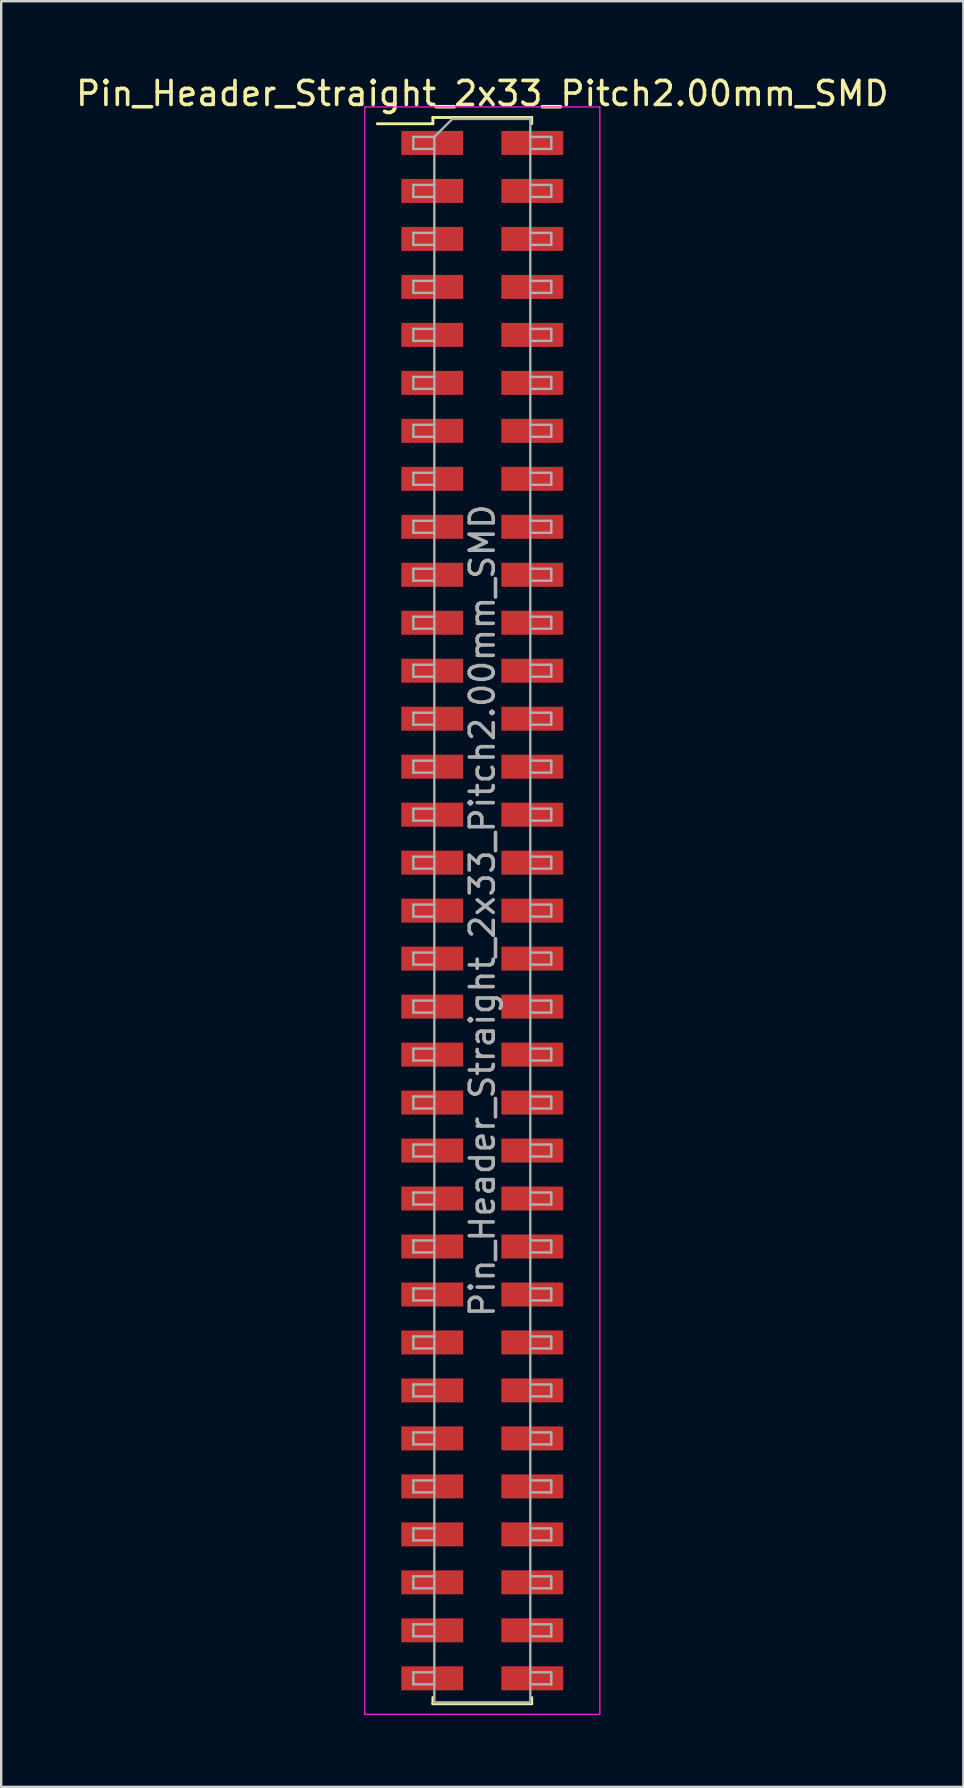
<source format=kicad_pcb>
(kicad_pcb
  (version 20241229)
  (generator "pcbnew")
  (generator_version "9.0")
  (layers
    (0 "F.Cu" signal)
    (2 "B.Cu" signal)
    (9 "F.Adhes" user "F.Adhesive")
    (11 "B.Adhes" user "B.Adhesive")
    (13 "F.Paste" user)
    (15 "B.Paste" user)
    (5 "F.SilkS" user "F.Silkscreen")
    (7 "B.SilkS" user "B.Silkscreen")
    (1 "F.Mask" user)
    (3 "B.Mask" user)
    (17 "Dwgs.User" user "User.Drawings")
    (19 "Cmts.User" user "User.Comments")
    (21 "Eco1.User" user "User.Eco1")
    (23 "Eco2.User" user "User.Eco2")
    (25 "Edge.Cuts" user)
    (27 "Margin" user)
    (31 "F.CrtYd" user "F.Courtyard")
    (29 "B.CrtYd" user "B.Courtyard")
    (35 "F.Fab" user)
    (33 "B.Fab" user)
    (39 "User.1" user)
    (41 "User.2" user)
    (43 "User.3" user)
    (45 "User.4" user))
  (footprint "Pin_Header_Straight_2x33_Pitch2.00mm_SMD"
    (layer "F.Cu")
    (at 17.054 34.908)
    (property "Reference" "Pin_Header_Straight_2x33_Pitch2.00mm_SMD" (at 0 -34.06 0) (layer "F.SilkS") (effects (font (size 1 1) (thickness 0.15))))
    (attr smd)
    (fp_line (start -4.375 -32.8) (end -2.06 -32.8) (stroke (width 0.12) (type solid)) (layer "F.SilkS"))
    (fp_line (start -2.06 -33.06) (end 2.06 -33.06) (stroke (width 0.12) (type solid)) (layer "F.SilkS"))
    (fp_line (start -2.06 -32.8) (end -2.06 -33.06) (stroke (width 0.12) (type solid)) (layer "F.SilkS"))
    (fp_line (start -2.06 32.8) (end -2.06 33.06) (stroke (width 0.12) (type solid)) (layer "F.SilkS"))
    (fp_line (start -2.06 33.06) (end 2.06 33.06) (stroke (width 0.12) (type solid)) (layer "F.SilkS"))
    (fp_line (start 2.06 -33.06) (end 2.06 -32.8) (stroke (width 0.12) (type solid)) (layer "F.SilkS"))
    (fp_line (start 2.06 33.06) (end 2.06 32.8) (stroke (width 0.12) (type solid)) (layer "F.SilkS"))
    (fp_line (start -4.9 -33.5) (end -4.9 33.5) (stroke (width 0.05) (type solid)) (layer "F.CrtYd"))
    (fp_line (start -4.9 33.5) (end 4.9 33.5) (stroke (width 0.05) (type solid)) (layer "F.CrtYd"))
    (fp_line (start 4.9 -33.5) (end -4.9 -33.5) (stroke (width 0.05) (type solid)) (layer "F.CrtYd"))
    (fp_line (start 4.9 33.5) (end 4.9 -33.5) (stroke (width 0.05) (type solid)) (layer "F.CrtYd"))
    (fp_line (start -2.875 -32.25) (end -2.875 -31.75) (stroke (width 0.1) (type solid)) (layer "F.Fab"))
    (fp_line (start -2.875 -31.75) (end -2 -31.75) (stroke (width 0.1) (type solid)) (layer "F.Fab"))
    (fp_line (start -2.875 -30.25) (end -2.875 -29.75) (stroke (width 0.1) (type solid)) (layer "F.Fab"))
    (fp_line (start -2.875 -29.75) (end -2 -29.75) (stroke (width 0.1) (type solid)) (layer "F.Fab"))
    (fp_line (start -2.875 -28.25) (end -2.875 -27.75) (stroke (width 0.1) (type solid)) (layer "F.Fab"))
    (fp_line (start -2.875 -27.75) (end -2 -27.75) (stroke (width 0.1) (type solid)) (layer "F.Fab"))
    (fp_line (start -2.875 -26.25) (end -2.875 -25.75) (stroke (width 0.1) (type solid)) (layer "F.Fab"))
    (fp_line (start -2.875 -25.75) (end -2 -25.75) (stroke (width 0.1) (type solid)) (layer "F.Fab"))
    (fp_line (start -2.875 -24.25) (end -2.875 -23.75) (stroke (width 0.1) (type solid)) (layer "F.Fab"))
    (fp_line (start -2.875 -23.75) (end -2 -23.75) (stroke (width 0.1) (type solid)) (layer "F.Fab"))
    (fp_line (start -2.875 -22.25) (end -2.875 -21.75) (stroke (width 0.1) (type solid)) (layer "F.Fab"))
    (fp_line (start -2.875 -21.75) (end -2 -21.75) (stroke (width 0.1) (type solid)) (layer "F.Fab"))
    (fp_line (start -2.875 -20.25) (end -2.875 -19.75) (stroke (width 0.1) (type solid)) (layer "F.Fab"))
    (fp_line (start -2.875 -19.75) (end -2 -19.75) (stroke (width 0.1) (type solid)) (layer "F.Fab"))
    (fp_line (start -2.875 -18.25) (end -2.875 -17.75) (stroke (width 0.1) (type solid)) (layer "F.Fab"))
    (fp_line (start -2.875 -17.75) (end -2 -17.75) (stroke (width 0.1) (type solid)) (layer "F.Fab"))
    (fp_line (start -2.875 -16.25) (end -2.875 -15.75) (stroke (width 0.1) (type solid)) (layer "F.Fab"))
    (fp_line (start -2.875 -15.75) (end -2 -15.75) (stroke (width 0.1) (type solid)) (layer "F.Fab"))
    (fp_line (start -2.875 -14.25) (end -2.875 -13.75) (stroke (width 0.1) (type solid)) (layer "F.Fab"))
    (fp_line (start -2.875 -13.75) (end -2 -13.75) (stroke (width 0.1) (type solid)) (layer "F.Fab"))
    (fp_line (start -2.875 -12.25) (end -2.875 -11.75) (stroke (width 0.1) (type solid)) (layer "F.Fab"))
    (fp_line (start -2.875 -11.75) (end -2 -11.75) (stroke (width 0.1) (type solid)) (layer "F.Fab"))
    (fp_line (start -2.875 -10.25) (end -2.875 -9.75) (stroke (width 0.1) (type solid)) (layer "F.Fab"))
    (fp_line (start -2.875 -9.75) (end -2 -9.75) (stroke (width 0.1) (type solid)) (layer "F.Fab"))
    (fp_line (start -2.875 -8.25) (end -2.875 -7.75) (stroke (width 0.1) (type solid)) (layer "F.Fab"))
    (fp_line (start -2.875 -7.75) (end -2 -7.75) (stroke (width 0.1) (type solid)) (layer "F.Fab"))
    (fp_line (start -2.875 -6.25) (end -2.875 -5.75) (stroke (width 0.1) (type solid)) (layer "F.Fab"))
    (fp_line (start -2.875 -5.75) (end -2 -5.75) (stroke (width 0.1) (type solid)) (layer "F.Fab"))
    (fp_line (start -2.875 -4.25) (end -2.875 -3.75) (stroke (width 0.1) (type solid)) (layer "F.Fab"))
    (fp_line (start -2.875 -3.75) (end -2 -3.75) (stroke (width 0.1) (type solid)) (layer "F.Fab"))
    (fp_line (start -2.875 -2.25) (end -2.875 -1.75) (stroke (width 0.1) (type solid)) (layer "F.Fab"))
    (fp_line (start -2.875 -1.75) (end -2 -1.75) (stroke (width 0.1) (type solid)) (layer "F.Fab"))
    (fp_line (start -2.875 -0.25) (end -2.875 0.25) (stroke (width 0.1) (type solid)) (layer "F.Fab"))
    (fp_line (start -2.875 0.25) (end -2 0.25) (stroke (width 0.1) (type solid)) (layer "F.Fab"))
    (fp_line (start -2.875 1.75) (end -2.875 2.25) (stroke (width 0.1) (type solid)) (layer "F.Fab"))
    (fp_line (start -2.875 2.25) (end -2 2.25) (stroke (width 0.1) (type solid)) (layer "F.Fab"))
    (fp_line (start -2.875 3.75) (end -2.875 4.25) (stroke (width 0.1) (type solid)) (layer "F.Fab"))
    (fp_line (start -2.875 4.25) (end -2 4.25) (stroke (width 0.1) (type solid)) (layer "F.Fab"))
    (fp_line (start -2.875 5.75) (end -2.875 6.25) (stroke (width 0.1) (type solid)) (layer "F.Fab"))
    (fp_line (start -2.875 6.25) (end -2 6.25) (stroke (width 0.1) (type solid)) (layer "F.Fab"))
    (fp_line (start -2.875 7.75) (end -2.875 8.25) (stroke (width 0.1) (type solid)) (layer "F.Fab"))
    (fp_line (start -2.875 8.25) (end -2 8.25) (stroke (width 0.1) (type solid)) (layer "F.Fab"))
    (fp_line (start -2.875 9.75) (end -2.875 10.25) (stroke (width 0.1) (type solid)) (layer "F.Fab"))
    (fp_line (start -2.875 10.25) (end -2 10.25) (stroke (width 0.1) (type solid)) (layer "F.Fab"))
    (fp_line (start -2.875 11.75) (end -2.875 12.25) (stroke (width 0.1) (type solid)) (layer "F.Fab"))
    (fp_line (start -2.875 12.25) (end -2 12.25) (stroke (width 0.1) (type solid)) (layer "F.Fab"))
    (fp_line (start -2.875 13.75) (end -2.875 14.25) (stroke (width 0.1) (type solid)) (layer "F.Fab"))
    (fp_line (start -2.875 14.25) (end -2 14.25) (stroke (width 0.1) (type solid)) (layer "F.Fab"))
    (fp_line (start -2.875 15.75) (end -2.875 16.25) (stroke (width 0.1) (type solid)) (layer "F.Fab"))
    (fp_line (start -2.875 16.25) (end -2 16.25) (stroke (width 0.1) (type solid)) (layer "F.Fab"))
    (fp_line (start -2.875 17.75) (end -2.875 18.25) (stroke (width 0.1) (type solid)) (layer "F.Fab"))
    (fp_line (start -2.875 18.25) (end -2 18.25) (stroke (width 0.1) (type solid)) (layer "F.Fab"))
    (fp_line (start -2.875 19.75) (end -2.875 20.25) (stroke (width 0.1) (type solid)) (layer "F.Fab"))
    (fp_line (start -2.875 20.25) (end -2 20.25) (stroke (width 0.1) (type solid)) (layer "F.Fab"))
    (fp_line (start -2.875 21.75) (end -2.875 22.25) (stroke (width 0.1) (type solid)) (layer "F.Fab"))
    (fp_line (start -2.875 22.25) (end -2 22.25) (stroke (width 0.1) (type solid)) (layer "F.Fab"))
    (fp_line (start -2.875 23.75) (end -2.875 24.25) (stroke (width 0.1) (type solid)) (layer "F.Fab"))
    (fp_line (start -2.875 24.25) (end -2 24.25) (stroke (width 0.1) (type solid)) (layer "F.Fab"))
    (fp_line (start -2.875 25.75) (end -2.875 26.25) (stroke (width 0.1) (type solid)) (layer "F.Fab"))
    (fp_line (start -2.875 26.25) (end -2 26.25) (stroke (width 0.1) (type solid)) (layer "F.Fab"))
    (fp_line (start -2.875 27.75) (end -2.875 28.25) (stroke (width 0.1) (type solid)) (layer "F.Fab"))
    (fp_line (start -2.875 28.25) (end -2 28.25) (stroke (width 0.1) (type solid)) (layer "F.Fab"))
    (fp_line (start -2.875 29.75) (end -2.875 30.25) (stroke (width 0.1) (type solid)) (layer "F.Fab"))
    (fp_line (start -2.875 30.25) (end -2 30.25) (stroke (width 0.1) (type solid)) (layer "F.Fab"))
    (fp_line (start -2.875 31.75) (end -2.875 32.25) (stroke (width 0.1) (type solid)) (layer "F.Fab"))
    (fp_line (start -2.875 32.25) (end -2 32.25) (stroke (width 0.1) (type solid)) (layer "F.Fab"))
    (fp_line (start -2 -32.25) (end -2.875 -32.25) (stroke (width 0.1) (type solid)) (layer "F.Fab"))
    (fp_line (start -2 -32.25) (end -1.25 -33) (stroke (width 0.1) (type solid)) (layer "F.Fab"))
    (fp_line (start -2 -30.25) (end -2.875 -30.25) (stroke (width 0.1) (type solid)) (layer "F.Fab"))
    (fp_line (start -2 -28.25) (end -2.875 -28.25) (stroke (width 0.1) (type solid)) (layer "F.Fab"))
    (fp_line (start -2 -26.25) (end -2.875 -26.25) (stroke (width 0.1) (type solid)) (layer "F.Fab"))
    (fp_line (start -2 -24.25) (end -2.875 -24.25) (stroke (width 0.1) (type solid)) (layer "F.Fab"))
    (fp_line (start -2 -22.25) (end -2.875 -22.25) (stroke (width 0.1) (type solid)) (layer "F.Fab"))
    (fp_line (start -2 -20.25) (end -2.875 -20.25) (stroke (width 0.1) (type solid)) (layer "F.Fab"))
    (fp_line (start -2 -18.25) (end -2.875 -18.25) (stroke (width 0.1) (type solid)) (layer "F.Fab"))
    (fp_line (start -2 -16.25) (end -2.875 -16.25) (stroke (width 0.1) (type solid)) (layer "F.Fab"))
    (fp_line (start -2 -14.25) (end -2.875 -14.25) (stroke (width 0.1) (type solid)) (layer "F.Fab"))
    (fp_line (start -2 -12.25) (end -2.875 -12.25) (stroke (width 0.1) (type solid)) (layer "F.Fab"))
    (fp_line (start -2 -10.25) (end -2.875 -10.25) (stroke (width 0.1) (type solid)) (layer "F.Fab"))
    (fp_line (start -2 -8.25) (end -2.875 -8.25) (stroke (width 0.1) (type solid)) (layer "F.Fab"))
    (fp_line (start -2 -6.25) (end -2.875 -6.25) (stroke (width 0.1) (type solid)) (layer "F.Fab"))
    (fp_line (start -2 -4.25) (end -2.875 -4.25) (stroke (width 0.1) (type solid)) (layer "F.Fab"))
    (fp_line (start -2 -2.25) (end -2.875 -2.25) (stroke (width 0.1) (type solid)) (layer "F.Fab"))
    (fp_line (start -2 -0.25) (end -2.875 -0.25) (stroke (width 0.1) (type solid)) (layer "F.Fab"))
    (fp_line (start -2 1.75) (end -2.875 1.75) (stroke (width 0.1) (type solid)) (layer "F.Fab"))
    (fp_line (start -2 3.75) (end -2.875 3.75) (stroke (width 0.1) (type solid)) (layer "F.Fab"))
    (fp_line (start -2 5.75) (end -2.875 5.75) (stroke (width 0.1) (type solid)) (layer "F.Fab"))
    (fp_line (start -2 7.75) (end -2.875 7.75) (stroke (width 0.1) (type solid)) (layer "F.Fab"))
    (fp_line (start -2 9.75) (end -2.875 9.75) (stroke (width 0.1) (type solid)) (layer "F.Fab"))
    (fp_line (start -2 11.75) (end -2.875 11.75) (stroke (width 0.1) (type solid)) (layer "F.Fab"))
    (fp_line (start -2 13.75) (end -2.875 13.75) (stroke (width 0.1) (type solid)) (layer "F.Fab"))
    (fp_line (start -2 15.75) (end -2.875 15.75) (stroke (width 0.1) (type solid)) (layer "F.Fab"))
    (fp_line (start -2 17.75) (end -2.875 17.75) (stroke (width 0.1) (type solid)) (layer "F.Fab"))
    (fp_line (start -2 19.75) (end -2.875 19.75) (stroke (width 0.1) (type solid)) (layer "F.Fab"))
    (fp_line (start -2 21.75) (end -2.875 21.75) (stroke (width 0.1) (type solid)) (layer "F.Fab"))
    (fp_line (start -2 23.75) (end -2.875 23.75) (stroke (width 0.1) (type solid)) (layer "F.Fab"))
    (fp_line (start -2 25.75) (end -2.875 25.75) (stroke (width 0.1) (type solid)) (layer "F.Fab"))
    (fp_line (start -2 27.75) (end -2.875 27.75) (stroke (width 0.1) (type solid)) (layer "F.Fab"))
    (fp_line (start -2 29.75) (end -2.875 29.75) (stroke (width 0.1) (type solid)) (layer "F.Fab"))
    (fp_line (start -2 31.75) (end -2.875 31.75) (stroke (width 0.1) (type solid)) (layer "F.Fab"))
    (fp_line (start -2 33) (end -2 -32.25) (stroke (width 0.1) (type solid)) (layer "F.Fab"))
    (fp_line (start -1.25 -33) (end 2 -33) (stroke (width 0.1) (type solid)) (layer "F.Fab"))
    (fp_line (start 2 -33) (end 2 33) (stroke (width 0.1) (type solid)) (layer "F.Fab"))
    (fp_line (start 2 -32.25) (end 2.875 -32.25) (stroke (width 0.1) (type solid)) (layer "F.Fab"))
    (fp_line (start 2 -30.25) (end 2.875 -30.25) (stroke (width 0.1) (type solid)) (layer "F.Fab"))
    (fp_line (start 2 -28.25) (end 2.875 -28.25) (stroke (width 0.1) (type solid)) (layer "F.Fab"))
    (fp_line (start 2 -26.25) (end 2.875 -26.25) (stroke (width 0.1) (type solid)) (layer "F.Fab"))
    (fp_line (start 2 -24.25) (end 2.875 -24.25) (stroke (width 0.1) (type solid)) (layer "F.Fab"))
    (fp_line (start 2 -22.25) (end 2.875 -22.25) (stroke (width 0.1) (type solid)) (layer "F.Fab"))
    (fp_line (start 2 -20.25) (end 2.875 -20.25) (stroke (width 0.1) (type solid)) (layer "F.Fab"))
    (fp_line (start 2 -18.25) (end 2.875 -18.25) (stroke (width 0.1) (type solid)) (layer "F.Fab"))
    (fp_line (start 2 -16.25) (end 2.875 -16.25) (stroke (width 0.1) (type solid)) (layer "F.Fab"))
    (fp_line (start 2 -14.25) (end 2.875 -14.25) (stroke (width 0.1) (type solid)) (layer "F.Fab"))
    (fp_line (start 2 -12.25) (end 2.875 -12.25) (stroke (width 0.1) (type solid)) (layer "F.Fab"))
    (fp_line (start 2 -10.25) (end 2.875 -10.25) (stroke (width 0.1) (type solid)) (layer "F.Fab"))
    (fp_line (start 2 -8.25) (end 2.875 -8.25) (stroke (width 0.1) (type solid)) (layer "F.Fab"))
    (fp_line (start 2 -6.25) (end 2.875 -6.25) (stroke (width 0.1) (type solid)) (layer "F.Fab"))
    (fp_line (start 2 -4.25) (end 2.875 -4.25) (stroke (width 0.1) (type solid)) (layer "F.Fab"))
    (fp_line (start 2 -2.25) (end 2.875 -2.25) (stroke (width 0.1) (type solid)) (layer "F.Fab"))
    (fp_line (start 2 -0.25) (end 2.875 -0.25) (stroke (width 0.1) (type solid)) (layer "F.Fab"))
    (fp_line (start 2 1.75) (end 2.875 1.75) (stroke (width 0.1) (type solid)) (layer "F.Fab"))
    (fp_line (start 2 3.75) (end 2.875 3.75) (stroke (width 0.1) (type solid)) (layer "F.Fab"))
    (fp_line (start 2 5.75) (end 2.875 5.75) (stroke (width 0.1) (type solid)) (layer "F.Fab"))
    (fp_line (start 2 7.75) (end 2.875 7.75) (stroke (width 0.1) (type solid)) (layer "F.Fab"))
    (fp_line (start 2 9.75) (end 2.875 9.75) (stroke (width 0.1) (type solid)) (layer "F.Fab"))
    (fp_line (start 2 11.75) (end 2.875 11.75) (stroke (width 0.1) (type solid)) (layer "F.Fab"))
    (fp_line (start 2 13.75) (end 2.875 13.75) (stroke (width 0.1) (type solid)) (layer "F.Fab"))
    (fp_line (start 2 15.75) (end 2.875 15.75) (stroke (width 0.1) (type solid)) (layer "F.Fab"))
    (fp_line (start 2 17.75) (end 2.875 17.75) (stroke (width 0.1) (type solid)) (layer "F.Fab"))
    (fp_line (start 2 19.75) (end 2.875 19.75) (stroke (width 0.1) (type solid)) (layer "F.Fab"))
    (fp_line (start 2 21.75) (end 2.875 21.75) (stroke (width 0.1) (type solid)) (layer "F.Fab"))
    (fp_line (start 2 23.75) (end 2.875 23.75) (stroke (width 0.1) (type solid)) (layer "F.Fab"))
    (fp_line (start 2 25.75) (end 2.875 25.75) (stroke (width 0.1) (type solid)) (layer "F.Fab"))
    (fp_line (start 2 27.75) (end 2.875 27.75) (stroke (width 0.1) (type solid)) (layer "F.Fab"))
    (fp_line (start 2 29.75) (end 2.875 29.75) (stroke (width 0.1) (type solid)) (layer "F.Fab"))
    (fp_line (start 2 31.75) (end 2.875 31.75) (stroke (width 0.1) (type solid)) (layer "F.Fab"))
    (fp_line (start 2 33) (end -2 33) (stroke (width 0.1) (type solid)) (layer "F.Fab"))
    (fp_line (start 2.875 -32.25) (end 2.875 -31.75) (stroke (width 0.1) (type solid)) (layer "F.Fab"))
    (fp_line (start 2.875 -31.75) (end 2 -31.75) (stroke (width 0.1) (type solid)) (layer "F.Fab"))
    (fp_line (start 2.875 -30.25) (end 2.875 -29.75) (stroke (width 0.1) (type solid)) (layer "F.Fab"))
    (fp_line (start 2.875 -29.75) (end 2 -29.75) (stroke (width 0.1) (type solid)) (layer "F.Fab"))
    (fp_line (start 2.875 -28.25) (end 2.875 -27.75) (stroke (width 0.1) (type solid)) (layer "F.Fab"))
    (fp_line (start 2.875 -27.75) (end 2 -27.75) (stroke (width 0.1) (type solid)) (layer "F.Fab"))
    (fp_line (start 2.875 -26.25) (end 2.875 -25.75) (stroke (width 0.1) (type solid)) (layer "F.Fab"))
    (fp_line (start 2.875 -25.75) (end 2 -25.75) (stroke (width 0.1) (type solid)) (layer "F.Fab"))
    (fp_line (start 2.875 -24.25) (end 2.875 -23.75) (stroke (width 0.1) (type solid)) (layer "F.Fab"))
    (fp_line (start 2.875 -23.75) (end 2 -23.75) (stroke (width 0.1) (type solid)) (layer "F.Fab"))
    (fp_line (start 2.875 -22.25) (end 2.875 -21.75) (stroke (width 0.1) (type solid)) (layer "F.Fab"))
    (fp_line (start 2.875 -21.75) (end 2 -21.75) (stroke (width 0.1) (type solid)) (layer "F.Fab"))
    (fp_line (start 2.875 -20.25) (end 2.875 -19.75) (stroke (width 0.1) (type solid)) (layer "F.Fab"))
    (fp_line (start 2.875 -19.75) (end 2 -19.75) (stroke (width 0.1) (type solid)) (layer "F.Fab"))
    (fp_line (start 2.875 -18.25) (end 2.875 -17.75) (stroke (width 0.1) (type solid)) (layer "F.Fab"))
    (fp_line (start 2.875 -17.75) (end 2 -17.75) (stroke (width 0.1) (type solid)) (layer "F.Fab"))
    (fp_line (start 2.875 -16.25) (end 2.875 -15.75) (stroke (width 0.1) (type solid)) (layer "F.Fab"))
    (fp_line (start 2.875 -15.75) (end 2 -15.75) (stroke (width 0.1) (type solid)) (layer "F.Fab"))
    (fp_line (start 2.875 -14.25) (end 2.875 -13.75) (stroke (width 0.1) (type solid)) (layer "F.Fab"))
    (fp_line (start 2.875 -13.75) (end 2 -13.75) (stroke (width 0.1) (type solid)) (layer "F.Fab"))
    (fp_line (start 2.875 -12.25) (end 2.875 -11.75) (stroke (width 0.1) (type solid)) (layer "F.Fab"))
    (fp_line (start 2.875 -11.75) (end 2 -11.75) (stroke (width 0.1) (type solid)) (layer "F.Fab"))
    (fp_line (start 2.875 -10.25) (end 2.875 -9.75) (stroke (width 0.1) (type solid)) (layer "F.Fab"))
    (fp_line (start 2.875 -9.75) (end 2 -9.75) (stroke (width 0.1) (type solid)) (layer "F.Fab"))
    (fp_line (start 2.875 -8.25) (end 2.875 -7.75) (stroke (width 0.1) (type solid)) (layer "F.Fab"))
    (fp_line (start 2.875 -7.75) (end 2 -7.75) (stroke (width 0.1) (type solid)) (layer "F.Fab"))
    (fp_line (start 2.875 -6.25) (end 2.875 -5.75) (stroke (width 0.1) (type solid)) (layer "F.Fab"))
    (fp_line (start 2.875 -5.75) (end 2 -5.75) (stroke (width 0.1) (type solid)) (layer "F.Fab"))
    (fp_line (start 2.875 -4.25) (end 2.875 -3.75) (stroke (width 0.1) (type solid)) (layer "F.Fab"))
    (fp_line (start 2.875 -3.75) (end 2 -3.75) (stroke (width 0.1) (type solid)) (layer "F.Fab"))
    (fp_line (start 2.875 -2.25) (end 2.875 -1.75) (stroke (width 0.1) (type solid)) (layer "F.Fab"))
    (fp_line (start 2.875 -1.75) (end 2 -1.75) (stroke (width 0.1) (type solid)) (layer "F.Fab"))
    (fp_line (start 2.875 -0.25) (end 2.875 0.25) (stroke (width 0.1) (type solid)) (layer "F.Fab"))
    (fp_line (start 2.875 0.25) (end 2 0.25) (stroke (width 0.1) (type solid)) (layer "F.Fab"))
    (fp_line (start 2.875 1.75) (end 2.875 2.25) (stroke (width 0.1) (type solid)) (layer "F.Fab"))
    (fp_line (start 2.875 2.25) (end 2 2.25) (stroke (width 0.1) (type solid)) (layer "F.Fab"))
    (fp_line (start 2.875 3.75) (end 2.875 4.25) (stroke (width 0.1) (type solid)) (layer "F.Fab"))
    (fp_line (start 2.875 4.25) (end 2 4.25) (stroke (width 0.1) (type solid)) (layer "F.Fab"))
    (fp_line (start 2.875 5.75) (end 2.875 6.25) (stroke (width 0.1) (type solid)) (layer "F.Fab"))
    (fp_line (start 2.875 6.25) (end 2 6.25) (stroke (width 0.1) (type solid)) (layer "F.Fab"))
    (fp_line (start 2.875 7.75) (end 2.875 8.25) (stroke (width 0.1) (type solid)) (layer "F.Fab"))
    (fp_line (start 2.875 8.25) (end 2 8.25) (stroke (width 0.1) (type solid)) (layer "F.Fab"))
    (fp_line (start 2.875 9.75) (end 2.875 10.25) (stroke (width 0.1) (type solid)) (layer "F.Fab"))
    (fp_line (start 2.875 10.25) (end 2 10.25) (stroke (width 0.1) (type solid)) (layer "F.Fab"))
    (fp_line (start 2.875 11.75) (end 2.875 12.25) (stroke (width 0.1) (type solid)) (layer "F.Fab"))
    (fp_line (start 2.875 12.25) (end 2 12.25) (stroke (width 0.1) (type solid)) (layer "F.Fab"))
    (fp_line (start 2.875 13.75) (end 2.875 14.25) (stroke (width 0.1) (type solid)) (layer "F.Fab"))
    (fp_line (start 2.875 14.25) (end 2 14.25) (stroke (width 0.1) (type solid)) (layer "F.Fab"))
    (fp_line (start 2.875 15.75) (end 2.875 16.25) (stroke (width 0.1) (type solid)) (layer "F.Fab"))
    (fp_line (start 2.875 16.25) (end 2 16.25) (stroke (width 0.1) (type solid)) (layer "F.Fab"))
    (fp_line (start 2.875 17.75) (end 2.875 18.25) (stroke (width 0.1) (type solid)) (layer "F.Fab"))
    (fp_line (start 2.875 18.25) (end 2 18.25) (stroke (width 0.1) (type solid)) (layer "F.Fab"))
    (fp_line (start 2.875 19.75) (end 2.875 20.25) (stroke (width 0.1) (type solid)) (layer "F.Fab"))
    (fp_line (start 2.875 20.25) (end 2 20.25) (stroke (width 0.1) (type solid)) (layer "F.Fab"))
    (fp_line (start 2.875 21.75) (end 2.875 22.25) (stroke (width 0.1) (type solid)) (layer "F.Fab"))
    (fp_line (start 2.875 22.25) (end 2 22.25) (stroke (width 0.1) (type solid)) (layer "F.Fab"))
    (fp_line (start 2.875 23.75) (end 2.875 24.25) (stroke (width 0.1) (type solid)) (layer "F.Fab"))
    (fp_line (start 2.875 24.25) (end 2 24.25) (stroke (width 0.1) (type solid)) (layer "F.Fab"))
    (fp_line (start 2.875 25.75) (end 2.875 26.25) (stroke (width 0.1) (type solid)) (layer "F.Fab"))
    (fp_line (start 2.875 26.25) (end 2 26.25) (stroke (width 0.1) (type solid)) (layer "F.Fab"))
    (fp_line (start 2.875 27.75) (end 2.875 28.25) (stroke (width 0.1) (type solid)) (layer "F.Fab"))
    (fp_line (start 2.875 28.25) (end 2 28.25) (stroke (width 0.1) (type solid)) (layer "F.Fab"))
    (fp_line (start 2.875 29.75) (end 2.875 30.25) (stroke (width 0.1) (type solid)) (layer "F.Fab"))
    (fp_line (start 2.875 30.25) (end 2 30.25) (stroke (width 0.1) (type solid)) (layer "F.Fab"))
    (fp_line (start 2.875 31.75) (end 2.875 32.25) (stroke (width 0.1) (type solid)) (layer "F.Fab"))
    (fp_line (start 2.875 32.25) (end 2 32.25) (stroke (width 0.1) (type solid)) (layer "F.Fab"))
    (fp_text user "${REFERENCE}" (at 0 0 90) (layer "F.Fab") (effects (font (size 1 1) (thickness 0.15))))
    (pad "1" smd rect (at -2.085 -32) (size 2.58 1) (layers "F.Cu" "F.Mask" "F.Paste"))
    (pad "2" smd rect (at 2.085 -32) (size 2.58 1) (layers "F.Cu" "F.Mask" "F.Paste"))
    (pad "3" smd rect (at -2.085 -30) (size 2.58 1) (layers "F.Cu" "F.Mask" "F.Paste"))
    (pad "4" smd rect (at 2.085 -30) (size 2.58 1) (layers "F.Cu" "F.Mask" "F.Paste"))
    (pad "5" smd rect (at -2.085 -28) (size 2.58 1) (layers "F.Cu" "F.Mask" "F.Paste"))
    (pad "6" smd rect (at 2.085 -28) (size 2.58 1) (layers "F.Cu" "F.Mask" "F.Paste"))
    (pad "7" smd rect (at -2.085 -26) (size 2.58 1) (layers "F.Cu" "F.Mask" "F.Paste"))
    (pad "8" smd rect (at 2.085 -26) (size 2.58 1) (layers "F.Cu" "F.Mask" "F.Paste"))
    (pad "9" smd rect (at -2.085 -24) (size 2.58 1) (layers "F.Cu" "F.Mask" "F.Paste"))
    (pad "10" smd rect (at 2.085 -24) (size 2.58 1) (layers "F.Cu" "F.Mask" "F.Paste"))
    (pad "11" smd rect (at -2.085 -22) (size 2.58 1) (layers "F.Cu" "F.Mask" "F.Paste"))
    (pad "12" smd rect (at 2.085 -22) (size 2.58 1) (layers "F.Cu" "F.Mask" "F.Paste"))
    (pad "13" smd rect (at -2.085 -20) (size 2.58 1) (layers "F.Cu" "F.Mask" "F.Paste"))
    (pad "14" smd rect (at 2.085 -20) (size 2.58 1) (layers "F.Cu" "F.Mask" "F.Paste"))
    (pad "15" smd rect (at -2.085 -18) (size 2.58 1) (layers "F.Cu" "F.Mask" "F.Paste"))
    (pad "16" smd rect (at 2.085 -18) (size 2.58 1) (layers "F.Cu" "F.Mask" "F.Paste"))
    (pad "17" smd rect (at -2.085 -16) (size 2.58 1) (layers "F.Cu" "F.Mask" "F.Paste"))
    (pad "18" smd rect (at 2.085 -16) (size 2.58 1) (layers "F.Cu" "F.Mask" "F.Paste"))
    (pad "19" smd rect (at -2.085 -14) (size 2.58 1) (layers "F.Cu" "F.Mask" "F.Paste"))
    (pad "20" smd rect (at 2.085 -14) (size 2.58 1) (layers "F.Cu" "F.Mask" "F.Paste"))
    (pad "21" smd rect (at -2.085 -12) (size 2.58 1) (layers "F.Cu" "F.Mask" "F.Paste"))
    (pad "22" smd rect (at 2.085 -12) (size 2.58 1) (layers "F.Cu" "F.Mask" "F.Paste"))
    (pad "23" smd rect (at -2.085 -10) (size 2.58 1) (layers "F.Cu" "F.Mask" "F.Paste"))
    (pad "24" smd rect (at 2.085 -10) (size 2.58 1) (layers "F.Cu" "F.Mask" "F.Paste"))
    (pad "25" smd rect (at -2.085 -8) (size 2.58 1) (layers "F.Cu" "F.Mask" "F.Paste"))
    (pad "26" smd rect (at 2.085 -8) (size 2.58 1) (layers "F.Cu" "F.Mask" "F.Paste"))
    (pad "27" smd rect (at -2.085 -6) (size 2.58 1) (layers "F.Cu" "F.Mask" "F.Paste"))
    (pad "28" smd rect (at 2.085 -6) (size 2.58 1) (layers "F.Cu" "F.Mask" "F.Paste"))
    (pad "29" smd rect (at -2.085 -4) (size 2.58 1) (layers "F.Cu" "F.Mask" "F.Paste"))
    (pad "30" smd rect (at 2.085 -4) (size 2.58 1) (layers "F.Cu" "F.Mask" "F.Paste"))
    (pad "31" smd rect (at -2.085 -2) (size 2.58 1) (layers "F.Cu" "F.Mask" "F.Paste"))
    (pad "32" smd rect (at 2.085 -2) (size 2.58 1) (layers "F.Cu" "F.Mask" "F.Paste"))
    (pad "33" smd rect (at -2.085 0) (size 2.58 1) (layers "F.Cu" "F.Mask" "F.Paste"))
    (pad "34" smd rect (at 2.085 0) (size 2.58 1) (layers "F.Cu" "F.Mask" "F.Paste"))
    (pad "35" smd rect (at -2.085 2) (size 2.58 1) (layers "F.Cu" "F.Mask" "F.Paste"))
    (pad "36" smd rect (at 2.085 2) (size 2.58 1) (layers "F.Cu" "F.Mask" "F.Paste"))
    (pad "37" smd rect (at -2.085 4) (size 2.58 1) (layers "F.Cu" "F.Mask" "F.Paste"))
    (pad "38" smd rect (at 2.085 4) (size 2.58 1) (layers "F.Cu" "F.Mask" "F.Paste"))
    (pad "39" smd rect (at -2.085 6) (size 2.58 1) (layers "F.Cu" "F.Mask" "F.Paste"))
    (pad "40" smd rect (at 2.085 6) (size 2.58 1) (layers "F.Cu" "F.Mask" "F.Paste"))
    (pad "41" smd rect (at -2.085 8) (size 2.58 1) (layers "F.Cu" "F.Mask" "F.Paste"))
    (pad "42" smd rect (at 2.085 8) (size 2.58 1) (layers "F.Cu" "F.Mask" "F.Paste"))
    (pad "43" smd rect (at -2.085 10) (size 2.58 1) (layers "F.Cu" "F.Mask" "F.Paste"))
    (pad "44" smd rect (at 2.085 10) (size 2.58 1) (layers "F.Cu" "F.Mask" "F.Paste"))
    (pad "45" smd rect (at -2.085 12) (size 2.58 1) (layers "F.Cu" "F.Mask" "F.Paste"))
    (pad "46" smd rect (at 2.085 12) (size 2.58 1) (layers "F.Cu" "F.Mask" "F.Paste"))
    (pad "47" smd rect (at -2.085 14) (size 2.58 1) (layers "F.Cu" "F.Mask" "F.Paste"))
    (pad "48" smd rect (at 2.085 14) (size 2.58 1) (layers "F.Cu" "F.Mask" "F.Paste"))
    (pad "49" smd rect (at -2.085 16) (size 2.58 1) (layers "F.Cu" "F.Mask" "F.Paste"))
    (pad "50" smd rect (at 2.085 16) (size 2.58 1) (layers "F.Cu" "F.Mask" "F.Paste"))
    (pad "51" smd rect (at -2.085 18) (size 2.58 1) (layers "F.Cu" "F.Mask" "F.Paste"))
    (pad "52" smd rect (at 2.085 18) (size 2.58 1) (layers "F.Cu" "F.Mask" "F.Paste"))
    (pad "53" smd rect (at -2.085 20) (size 2.58 1) (layers "F.Cu" "F.Mask" "F.Paste"))
    (pad "54" smd rect (at 2.085 20) (size 2.58 1) (layers "F.Cu" "F.Mask" "F.Paste"))
    (pad "55" smd rect (at -2.085 22) (size 2.58 1) (layers "F.Cu" "F.Mask" "F.Paste"))
    (pad "56" smd rect (at 2.085 22) (size 2.58 1) (layers "F.Cu" "F.Mask" "F.Paste"))
    (pad "57" smd rect (at -2.085 24) (size 2.58 1) (layers "F.Cu" "F.Mask" "F.Paste"))
    (pad "58" smd rect (at 2.085 24) (size 2.58 1) (layers "F.Cu" "F.Mask" "F.Paste"))
    (pad "59" smd rect (at -2.085 26) (size 2.58 1) (layers "F.Cu" "F.Mask" "F.Paste"))
    (pad "60" smd rect (at 2.085 26) (size 2.58 1) (layers "F.Cu" "F.Mask" "F.Paste"))
    (pad "61" smd rect (at -2.085 28) (size 2.58 1) (layers "F.Cu" "F.Mask" "F.Paste"))
    (pad "62" smd rect (at 2.085 28) (size 2.58 1) (layers "F.Cu" "F.Mask" "F.Paste"))
    (pad "63" smd rect (at -2.085 30) (size 2.58 1) (layers "F.Cu" "F.Mask" "F.Paste"))
    (pad "64" smd rect (at 2.085 30) (size 2.58 1) (layers "F.Cu" "F.Mask" "F.Paste"))
    (pad "65" smd rect (at -2.085 32) (size 2.58 1) (layers "F.Cu" "F.Mask" "F.Paste"))
    (pad "66" smd rect (at 2.085 32) (size 2.58 1) (layers "F.Cu" "F.Mask" "F.Paste")))
  (gr_rect
    (start -3 -3)
    (end 37.107 71.433)
    (stroke (width 0.1) (type default))
    (fill no)
    (layer "Edge.Cuts")))
</source>
